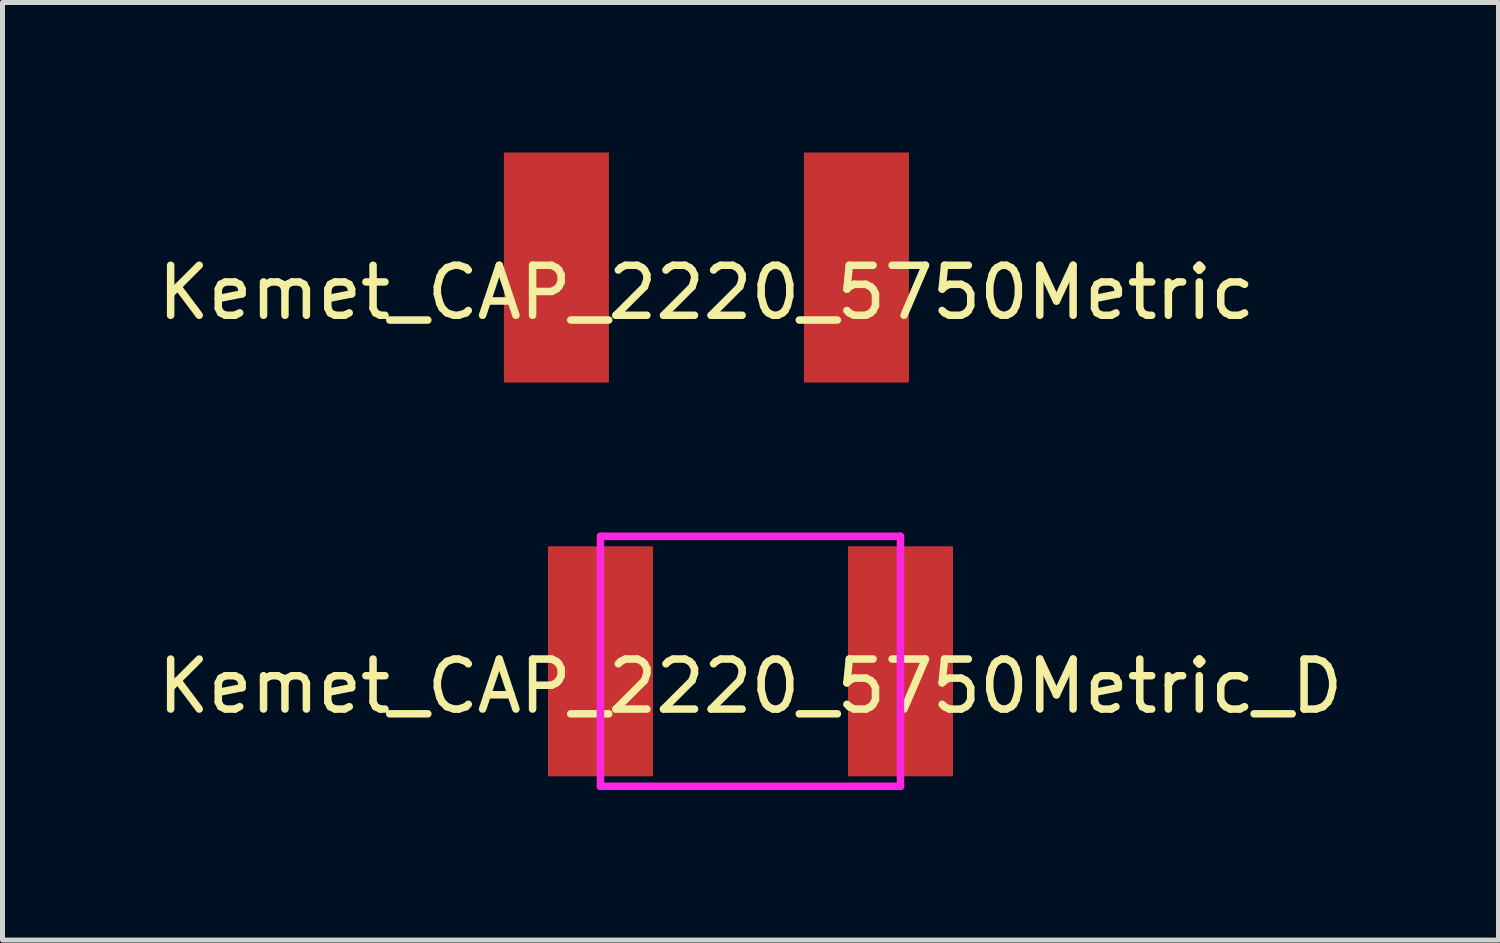
<source format=kicad_pcb>
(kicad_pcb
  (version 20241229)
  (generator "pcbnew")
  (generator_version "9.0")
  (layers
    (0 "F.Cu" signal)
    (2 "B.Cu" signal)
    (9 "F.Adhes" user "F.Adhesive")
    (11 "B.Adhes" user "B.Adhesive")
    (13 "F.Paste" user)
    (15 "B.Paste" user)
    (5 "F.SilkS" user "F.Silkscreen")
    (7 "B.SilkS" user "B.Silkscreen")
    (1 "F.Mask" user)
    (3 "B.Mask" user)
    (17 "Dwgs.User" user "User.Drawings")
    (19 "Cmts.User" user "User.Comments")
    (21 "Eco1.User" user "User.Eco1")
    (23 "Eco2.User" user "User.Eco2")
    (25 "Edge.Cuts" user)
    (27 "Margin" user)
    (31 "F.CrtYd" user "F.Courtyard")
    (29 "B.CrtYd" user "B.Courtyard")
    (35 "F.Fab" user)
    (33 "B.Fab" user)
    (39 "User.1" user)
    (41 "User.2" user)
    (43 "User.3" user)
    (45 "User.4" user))
  (footprint "Kemet_CAP_2220_5750Metric"
    (layer "F.Cu")
    (at 11.077 2.3)
    (property "Reference" "Kemet_CAP_2220_5750Metric" (at 0 0.5 0) (layer "F.SilkS") (effects (font (size 1 1) (thickness 0.15))))
    (attr through_hole)
    (pad "1" smd rect (at -3 0) (size 2.1 4.6) (layers "F.Cu" "F.Mask" "F.Paste"))
    (pad "2" smd rect (at 3 0) (size 2.1 4.6) (layers "F.Cu" "F.Mask" "F.Paste")))
  (footprint "Kemet_CAP_2220_5750Metric_D"
    (layer "F.Cu")
    (at 11.958 10.175)
    (property "Reference" "Kemet_CAP_2220_5750Metric_D" (at 0 0.5 0) (layer "F.SilkS") (effects (font (size 1 1) (thickness 0.15))))
    (attr through_hole)
    (fp_line (start -3 -2.5) (end 3 -2.5) (stroke (width 0.15) (type solid)) (layer "F.CrtYd"))
    (fp_line (start -3 2.5) (end -3 -2.5) (stroke (width 0.15) (type solid)) (layer "F.CrtYd"))
    (fp_line (start 3 -2.5) (end 3 2.5) (stroke (width 0.15) (type solid)) (layer "F.CrtYd"))
    (fp_line (start 3 2.5) (end -3 2.5) (stroke (width 0.15) (type solid)) (layer "F.CrtYd"))
    (pad "1" smd rect (at -3 0) (size 2.1 4.6) (layers "F.Cu" "F.Mask" "F.Paste"))
    (pad "2" smd rect (at 3 0) (size 2.1 4.6) (layers "F.Cu" "F.Mask" "F.Paste")))
  (gr_rect
    (start -3 -3)
    (end 26.917 15.75)
    (stroke (width 0.1) (type default))
    (fill no)
    (layer "Edge.Cuts")))
</source>
